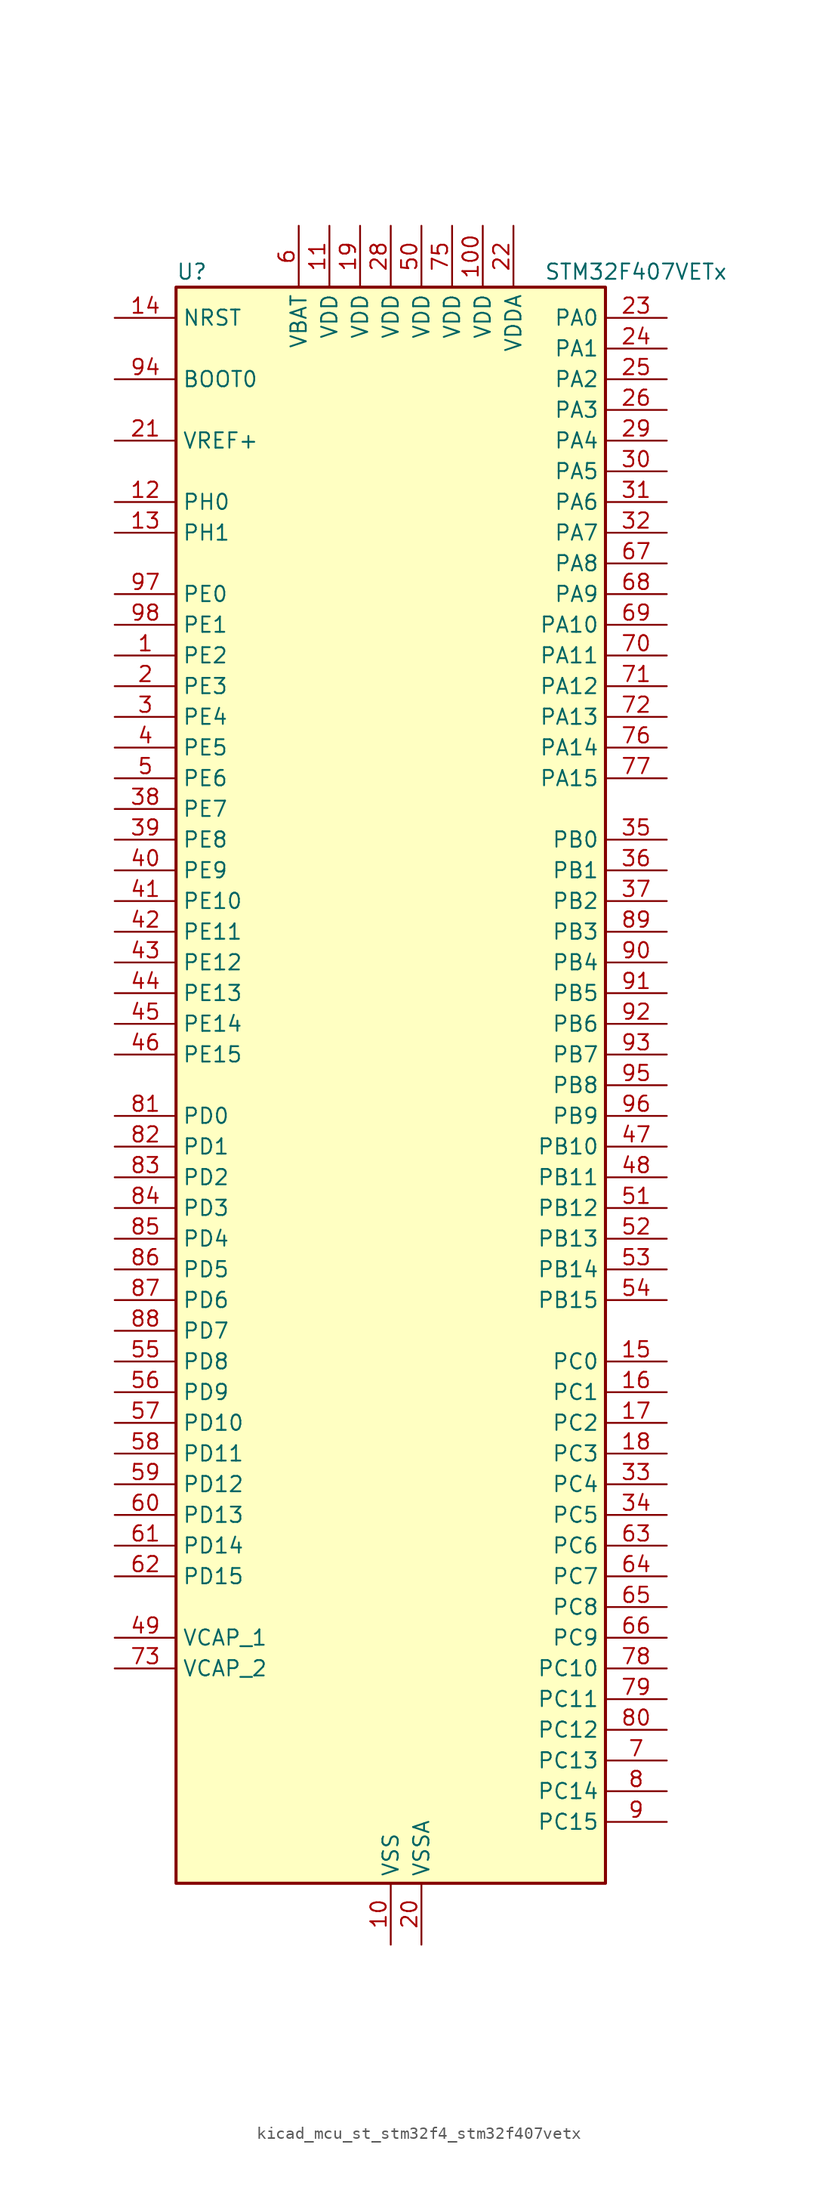
<source format=kicad_sym>
(kicad_symbol_lib
  (version 20220914)
  (generator kicad_symbol_editor)
  (symbol "kicad_mcu_st_stm32f4_stm32f407vetx"
    (property "Reference" "U"
      (at -17.78 67.31 0)
      (effects (font (size 1.27 1.27)) (justify left)))
    (property "Value" "STM32F407VETx"
      (at 12.7 67.31 0)
      (effects (font (size 1.27 1.27)) (justify left)))
    (property "ki_locked" ""
      (at 0 0 0)
      (effects (font (size 1.27 1.27))))
    (symbol "kicad_mcu_st_stm32f4_stm32f407vetx_0_1"
      (rectangle (start -17.78 -66.04) (end 17.78 66.04) (stroke (width 0.254) (type default)) (fill (type background))))
    (symbol "kicad_mcu_st_stm32f4_stm32f407vetx_1_1"
      (pin bidirectional line (at -22.86 35.56 0) (length 5.08) (name "PE2" (effects (font (size 1.27 1.27)))) (number "1" (effects (font (size 1.27 1.27)))) (alternate "ETH_TXD3" bidirectional line) (alternate "FSMC_A23" bidirectional line) (alternate "SYS_TRACECLK" bidirectional line))
      (pin power_in line (at 0 -71.12 90) (length 5.08) (name "VSS" (effects (font (size 1.27 1.27)))) (number "10" (effects (font (size 1.27 1.27)))))
      (pin power_in line (at 7.62 71.12 270) (length 5.08) (name "VDD" (effects (font (size 1.27 1.27)))) (number "100" (effects (font (size 1.27 1.27)))))
      (pin power_in line (at -5.08 71.12 270) (length 5.08) (name "VDD" (effects (font (size 1.27 1.27)))) (number "11" (effects (font (size 1.27 1.27)))))
      (pin bidirectional line (at -22.86 48.26 0) (length 5.08) (name "PH0" (effects (font (size 1.27 1.27)))) (number "12" (effects (font (size 1.27 1.27)))) (alternate "RCC_OSC_IN" bidirectional line))
      (pin bidirectional line (at -22.86 45.72 0) (length 5.08) (name "PH1" (effects (font (size 1.27 1.27)))) (number "13" (effects (font (size 1.27 1.27)))) (alternate "RCC_OSC_OUT" bidirectional line))
      (pin input line (at -22.86 63.5 0) (length 5.08) (name "NRST" (effects (font (size 1.27 1.27)))) (number "14" (effects (font (size 1.27 1.27)))))
      (pin bidirectional line (at 22.86 -22.86 180) (length 5.08) (name "PC0" (effects (font (size 1.27 1.27)))) (number "15" (effects (font (size 1.27 1.27)))) (alternate "ADC1_IN10" bidirectional line) (alternate "ADC2_IN10" bidirectional line) (alternate "ADC3_IN10" bidirectional line) (alternate "USB_OTG_HS_ULPI_STP" bidirectional line))
      (pin bidirectional line (at 22.86 -25.4 180) (length 5.08) (name "PC1" (effects (font (size 1.27 1.27)))) (number "16" (effects (font (size 1.27 1.27)))) (alternate "ADC1_IN11" bidirectional line) (alternate "ADC2_IN11" bidirectional line) (alternate "ADC3_IN11" bidirectional line) (alternate "ETH_MDC" bidirectional line))
      (pin bidirectional line (at 22.86 -27.94 180) (length 5.08) (name "PC2" (effects (font (size 1.27 1.27)))) (number "17" (effects (font (size 1.27 1.27)))) (alternate "ADC1_IN12" bidirectional line) (alternate "ADC2_IN12" bidirectional line) (alternate "ADC3_IN12" bidirectional line) (alternate "ETH_TXD2" bidirectional line) (alternate "I2S2_ext_SD" bidirectional line) (alternate "SPI2_MISO" bidirectional line) (alternate "USB_OTG_HS_ULPI_DIR" bidirectional line))
      (pin bidirectional line (at 22.86 -30.48 180) (length 5.08) (name "PC3" (effects (font (size 1.27 1.27)))) (number "18" (effects (font (size 1.27 1.27)))) (alternate "ADC1_IN13" bidirectional line) (alternate "ADC2_IN13" bidirectional line) (alternate "ADC3_IN13" bidirectional line) (alternate "ETH_TX_CLK" bidirectional line) (alternate "I2S2_SD" bidirectional line) (alternate "SPI2_MOSI" bidirectional line) (alternate "USB_OTG_HS_ULPI_NXT" bidirectional line))
      (pin power_in line (at -2.54 71.12 270) (length 5.08) (name "VDD" (effects (font (size 1.27 1.27)))) (number "19" (effects (font (size 1.27 1.27)))))
      (pin bidirectional line (at -22.86 33.02 0) (length 5.08) (name "PE3" (effects (font (size 1.27 1.27)))) (number "2" (effects (font (size 1.27 1.27)))) (alternate "FSMC_A19" bidirectional line) (alternate "SYS_TRACED0" bidirectional line))
      (pin power_in line (at 2.54 -71.12 90) (length 5.08) (name "VSSA" (effects (font (size 1.27 1.27)))) (number "20" (effects (font (size 1.27 1.27)))))
      (pin input line (at -22.86 53.34 0) (length 5.08) (name "VREF+" (effects (font (size 1.27 1.27)))) (number "21" (effects (font (size 1.27 1.27)))))
      (pin power_in line (at 10.16 71.12 270) (length 5.08) (name "VDDA" (effects (font (size 1.27 1.27)))) (number "22" (effects (font (size 1.27 1.27)))))
      (pin bidirectional line (at 22.86 63.5 180) (length 5.08) (name "PA0" (effects (font (size 1.27 1.27)))) (number "23" (effects (font (size 1.27 1.27)))) (alternate "ADC1_IN0" bidirectional line) (alternate "ADC2_IN0" bidirectional line) (alternate "ADC3_IN0" bidirectional line) (alternate "ETH_CRS" bidirectional line) (alternate "SYS_WKUP" bidirectional line) (alternate "TIM2_CH1" bidirectional line) (alternate "TIM2_ETR" bidirectional line) (alternate "TIM5_CH1" bidirectional line) (alternate "TIM8_ETR" bidirectional line) (alternate "UART4_TX" bidirectional line) (alternate "USART2_CTS" bidirectional line))
      (pin bidirectional line (at 22.86 60.96 180) (length 5.08) (name "PA1" (effects (font (size 1.27 1.27)))) (number "24" (effects (font (size 1.27 1.27)))) (alternate "ADC1_IN1" bidirectional line) (alternate "ADC2_IN1" bidirectional line) (alternate "ADC3_IN1" bidirectional line) (alternate "ETH_REF_CLK" bidirectional line) (alternate "ETH_RX_CLK" bidirectional line) (alternate "TIM2_CH2" bidirectional line) (alternate "TIM5_CH2" bidirectional line) (alternate "UART4_RX" bidirectional line) (alternate "USART2_RTS" bidirectional line))
      (pin bidirectional line (at 22.86 58.42 180) (length 5.08) (name "PA2" (effects (font (size 1.27 1.27)))) (number "25" (effects (font (size 1.27 1.27)))) (alternate "ADC1_IN2" bidirectional line) (alternate "ADC2_IN2" bidirectional line) (alternate "ADC3_IN2" bidirectional line) (alternate "ETH_MDIO" bidirectional line) (alternate "TIM2_CH3" bidirectional line) (alternate "TIM5_CH3" bidirectional line) (alternate "TIM9_CH1" bidirectional line) (alternate "USART2_TX" bidirectional line))
      (pin bidirectional line (at 22.86 55.88 180) (length 5.08) (name "PA3" (effects (font (size 1.27 1.27)))) (number "26" (effects (font (size 1.27 1.27)))) (alternate "ADC1_IN3" bidirectional line) (alternate "ADC2_IN3" bidirectional line) (alternate "ADC3_IN3" bidirectional line) (alternate "ETH_COL" bidirectional line) (alternate "TIM2_CH4" bidirectional line) (alternate "TIM5_CH4" bidirectional line) (alternate "TIM9_CH2" bidirectional line) (alternate "USART2_RX" bidirectional line) (alternate "USB_OTG_HS_ULPI_D0" bidirectional line))
      (pin passive line (at 0 -71.12 90) (length 5.08) hide (name "VSS" (effects (font (size 1.27 1.27)))) (number "27" (effects (font (size 1.27 1.27)))))
      (pin power_in line (at 0 71.12 270) (length 5.08) (name "VDD" (effects (font (size 1.27 1.27)))) (number "28" (effects (font (size 1.27 1.27)))))
      (pin bidirectional line (at 22.86 53.34 180) (length 5.08) (name "PA4" (effects (font (size 1.27 1.27)))) (number "29" (effects (font (size 1.27 1.27)))) (alternate "ADC1_IN4" bidirectional line) (alternate "ADC2_IN4" bidirectional line) (alternate "DAC_OUT1" bidirectional line) (alternate "DCMI_HSYNC" bidirectional line) (alternate "I2S3_WS" bidirectional line) (alternate "SPI1_NSS" bidirectional line) (alternate "SPI3_NSS" bidirectional line) (alternate "USART2_CK" bidirectional line) (alternate "USB_OTG_HS_SOF" bidirectional line))
      (pin bidirectional line (at -22.86 30.48 0) (length 5.08) (name "PE4" (effects (font (size 1.27 1.27)))) (number "3" (effects (font (size 1.27 1.27)))) (alternate "DCMI_D4" bidirectional line) (alternate "FSMC_A20" bidirectional line) (alternate "SYS_TRACED1" bidirectional line))
      (pin bidirectional line (at 22.86 50.8 180) (length 5.08) (name "PA5" (effects (font (size 1.27 1.27)))) (number "30" (effects (font (size 1.27 1.27)))) (alternate "ADC1_IN5" bidirectional line) (alternate "ADC2_IN5" bidirectional line) (alternate "DAC_OUT2" bidirectional line) (alternate "SPI1_SCK" bidirectional line) (alternate "TIM2_CH1" bidirectional line) (alternate "TIM2_ETR" bidirectional line) (alternate "TIM8_CH1N" bidirectional line) (alternate "USB_OTG_HS_ULPI_CK" bidirectional line))
      (pin bidirectional line (at 22.86 48.26 180) (length 5.08) (name "PA6" (effects (font (size 1.27 1.27)))) (number "31" (effects (font (size 1.27 1.27)))) (alternate "ADC1_IN6" bidirectional line) (alternate "ADC2_IN6" bidirectional line) (alternate "DCMI_PIXCLK" bidirectional line) (alternate "SPI1_MISO" bidirectional line) (alternate "TIM13_CH1" bidirectional line) (alternate "TIM1_BKIN" bidirectional line) (alternate "TIM3_CH1" bidirectional line) (alternate "TIM8_BKIN" bidirectional line))
      (pin bidirectional line (at 22.86 45.72 180) (length 5.08) (name "PA7" (effects (font (size 1.27 1.27)))) (number "32" (effects (font (size 1.27 1.27)))) (alternate "ADC1_IN7" bidirectional line) (alternate "ADC2_IN7" bidirectional line) (alternate "ETH_CRS_DV" bidirectional line) (alternate "ETH_RX_DV" bidirectional line) (alternate "SPI1_MOSI" bidirectional line) (alternate "TIM14_CH1" bidirectional line) (alternate "TIM1_CH1N" bidirectional line) (alternate "TIM3_CH2" bidirectional line) (alternate "TIM8_CH1N" bidirectional line))
      (pin bidirectional line (at 22.86 -33.02 180) (length 5.08) (name "PC4" (effects (font (size 1.27 1.27)))) (number "33" (effects (font (size 1.27 1.27)))) (alternate "ADC1_IN14" bidirectional line) (alternate "ADC2_IN14" bidirectional line) (alternate "ETH_RXD0" bidirectional line))
      (pin bidirectional line (at 22.86 -35.56 180) (length 5.08) (name "PC5" (effects (font (size 1.27 1.27)))) (number "34" (effects (font (size 1.27 1.27)))) (alternate "ADC1_IN15" bidirectional line) (alternate "ADC2_IN15" bidirectional line) (alternate "ETH_RXD1" bidirectional line))
      (pin bidirectional line (at 22.86 20.32 180) (length 5.08) (name "PB0" (effects (font (size 1.27 1.27)))) (number "35" (effects (font (size 1.27 1.27)))) (alternate "ADC1_IN8" bidirectional line) (alternate "ADC2_IN8" bidirectional line) (alternate "ETH_RXD2" bidirectional line) (alternate "TIM1_CH2N" bidirectional line) (alternate "TIM3_CH3" bidirectional line) (alternate "TIM8_CH2N" bidirectional line) (alternate "USB_OTG_HS_ULPI_D1" bidirectional line))
      (pin bidirectional line (at 22.86 17.78 180) (length 5.08) (name "PB1" (effects (font (size 1.27 1.27)))) (number "36" (effects (font (size 1.27 1.27)))) (alternate "ADC1_IN9" bidirectional line) (alternate "ADC2_IN9" bidirectional line) (alternate "ETH_RXD3" bidirectional line) (alternate "TIM1_CH3N" bidirectional line) (alternate "TIM3_CH4" bidirectional line) (alternate "TIM8_CH3N" bidirectional line) (alternate "USB_OTG_HS_ULPI_D2" bidirectional line))
      (pin bidirectional line (at 22.86 15.24 180) (length 5.08) (name "PB2" (effects (font (size 1.27 1.27)))) (number "37" (effects (font (size 1.27 1.27)))))
      (pin bidirectional line (at -22.86 22.86 0) (length 5.08) (name "PE7" (effects (font (size 1.27 1.27)))) (number "38" (effects (font (size 1.27 1.27)))) (alternate "FSMC_D4" bidirectional line) (alternate "FSMC_DA4" bidirectional line) (alternate "TIM1_ETR" bidirectional line))
      (pin bidirectional line (at -22.86 20.32 0) (length 5.08) (name "PE8" (effects (font (size 1.27 1.27)))) (number "39" (effects (font (size 1.27 1.27)))) (alternate "FSMC_D5" bidirectional line) (alternate "FSMC_DA5" bidirectional line) (alternate "TIM1_CH1N" bidirectional line))
      (pin bidirectional line (at -22.86 27.94 0) (length 5.08) (name "PE5" (effects (font (size 1.27 1.27)))) (number "4" (effects (font (size 1.27 1.27)))) (alternate "DCMI_D6" bidirectional line) (alternate "FSMC_A21" bidirectional line) (alternate "SYS_TRACED2" bidirectional line) (alternate "TIM9_CH1" bidirectional line))
      (pin bidirectional line (at -22.86 17.78 0) (length 5.08) (name "PE9" (effects (font (size 1.27 1.27)))) (number "40" (effects (font (size 1.27 1.27)))) (alternate "DAC_EXTI9" bidirectional line) (alternate "FSMC_D6" bidirectional line) (alternate "FSMC_DA6" bidirectional line) (alternate "TIM1_CH1" bidirectional line))
      (pin bidirectional line (at -22.86 15.24 0) (length 5.08) (name "PE10" (effects (font (size 1.27 1.27)))) (number "41" (effects (font (size 1.27 1.27)))) (alternate "FSMC_D7" bidirectional line) (alternate "FSMC_DA7" bidirectional line) (alternate "TIM1_CH2N" bidirectional line))
      (pin bidirectional line (at -22.86 12.7 0) (length 5.08) (name "PE11" (effects (font (size 1.27 1.27)))) (number "42" (effects (font (size 1.27 1.27)))) (alternate "ADC1_EXTI11" bidirectional line) (alternate "ADC2_EXTI11" bidirectional line) (alternate "ADC3_EXTI11" bidirectional line) (alternate "FSMC_D8" bidirectional line) (alternate "FSMC_DA8" bidirectional line) (alternate "TIM1_CH2" bidirectional line))
      (pin bidirectional line (at -22.86 10.16 0) (length 5.08) (name "PE12" (effects (font (size 1.27 1.27)))) (number "43" (effects (font (size 1.27 1.27)))) (alternate "FSMC_D9" bidirectional line) (alternate "FSMC_DA9" bidirectional line) (alternate "TIM1_CH3N" bidirectional line))
      (pin bidirectional line (at -22.86 7.62 0) (length 5.08) (name "PE13" (effects (font (size 1.27 1.27)))) (number "44" (effects (font (size 1.27 1.27)))) (alternate "FSMC_D10" bidirectional line) (alternate "FSMC_DA10" bidirectional line) (alternate "TIM1_CH3" bidirectional line))
      (pin bidirectional line (at -22.86 5.08 0) (length 5.08) (name "PE14" (effects (font (size 1.27 1.27)))) (number "45" (effects (font (size 1.27 1.27)))) (alternate "FSMC_D11" bidirectional line) (alternate "FSMC_DA11" bidirectional line) (alternate "TIM1_CH4" bidirectional line))
      (pin bidirectional line (at -22.86 2.54 0) (length 5.08) (name "PE15" (effects (font (size 1.27 1.27)))) (number "46" (effects (font (size 1.27 1.27)))) (alternate "ADC1_EXTI15" bidirectional line) (alternate "ADC2_EXTI15" bidirectional line) (alternate "ADC3_EXTI15" bidirectional line) (alternate "FSMC_D12" bidirectional line) (alternate "FSMC_DA12" bidirectional line) (alternate "TIM1_BKIN" bidirectional line))
      (pin bidirectional line (at 22.86 -5.08 180) (length 5.08) (name "PB10" (effects (font (size 1.27 1.27)))) (number "47" (effects (font (size 1.27 1.27)))) (alternate "ETH_RX_ER" bidirectional line) (alternate "I2C2_SCL" bidirectional line) (alternate "I2S2_CK" bidirectional line) (alternate "SPI2_SCK" bidirectional line) (alternate "TIM2_CH3" bidirectional line) (alternate "USART3_TX" bidirectional line) (alternate "USB_OTG_HS_ULPI_D3" bidirectional line))
      (pin bidirectional line (at 22.86 -7.62 180) (length 5.08) (name "PB11" (effects (font (size 1.27 1.27)))) (number "48" (effects (font (size 1.27 1.27)))) (alternate "ADC1_EXTI11" bidirectional line) (alternate "ADC2_EXTI11" bidirectional line) (alternate "ADC3_EXTI11" bidirectional line) (alternate "ETH_TX_EN" bidirectional line) (alternate "I2C2_SDA" bidirectional line) (alternate "TIM2_CH4" bidirectional line) (alternate "USART3_RX" bidirectional line) (alternate "USB_OTG_HS_ULPI_D4" bidirectional line))
      (pin power_out line (at -22.86 -45.72 0) (length 5.08) (name "VCAP_1" (effects (font (size 1.27 1.27)))) (number "49" (effects (font (size 1.27 1.27)))))
      (pin bidirectional line (at -22.86 25.4 0) (length 5.08) (name "PE6" (effects (font (size 1.27 1.27)))) (number "5" (effects (font (size 1.27 1.27)))) (alternate "DCMI_D7" bidirectional line) (alternate "FSMC_A22" bidirectional line) (alternate "SYS_TRACED3" bidirectional line) (alternate "TIM9_CH2" bidirectional line))
      (pin power_in line (at 2.54 71.12 270) (length 5.08) (name "VDD" (effects (font (size 1.27 1.27)))) (number "50" (effects (font (size 1.27 1.27)))))
      (pin bidirectional line (at 22.86 -10.16 180) (length 5.08) (name "PB12" (effects (font (size 1.27 1.27)))) (number "51" (effects (font (size 1.27 1.27)))) (alternate "CAN2_RX" bidirectional line) (alternate "ETH_TXD0" bidirectional line) (alternate "I2C2_SMBA" bidirectional line) (alternate "I2S2_WS" bidirectional line) (alternate "SPI2_NSS" bidirectional line) (alternate "TIM1_BKIN" bidirectional line) (alternate "USART3_CK" bidirectional line) (alternate "USB_OTG_HS_ID" bidirectional line) (alternate "USB_OTG_HS_ULPI_D5" bidirectional line))
      (pin bidirectional line (at 22.86 -12.7 180) (length 5.08) (name "PB13" (effects (font (size 1.27 1.27)))) (number "52" (effects (font (size 1.27 1.27)))) (alternate "CAN2_TX" bidirectional line) (alternate "ETH_TXD1" bidirectional line) (alternate "I2S2_CK" bidirectional line) (alternate "SPI2_SCK" bidirectional line) (alternate "TIM1_CH1N" bidirectional line) (alternate "USART3_CTS" bidirectional line) (alternate "USB_OTG_HS_ULPI_D6" bidirectional line) (alternate "USB_OTG_HS_VBUS" bidirectional line))
      (pin bidirectional line (at 22.86 -15.24 180) (length 5.08) (name "PB14" (effects (font (size 1.27 1.27)))) (number "53" (effects (font (size 1.27 1.27)))) (alternate "I2S2_ext_SD" bidirectional line) (alternate "SPI2_MISO" bidirectional line) (alternate "TIM12_CH1" bidirectional line) (alternate "TIM1_CH2N" bidirectional line) (alternate "TIM8_CH2N" bidirectional line) (alternate "USART3_RTS" bidirectional line) (alternate "USB_OTG_HS_DM" bidirectional line))
      (pin bidirectional line (at 22.86 -17.78 180) (length 5.08) (name "PB15" (effects (font (size 1.27 1.27)))) (number "54" (effects (font (size 1.27 1.27)))) (alternate "ADC1_EXTI15" bidirectional line) (alternate "ADC2_EXTI15" bidirectional line) (alternate "ADC3_EXTI15" bidirectional line) (alternate "I2S2_SD" bidirectional line) (alternate "RTC_REFIN" bidirectional line) (alternate "SPI2_MOSI" bidirectional line) (alternate "TIM12_CH2" bidirectional line) (alternate "TIM1_CH3N" bidirectional line) (alternate "TIM8_CH3N" bidirectional line) (alternate "USB_OTG_HS_DP" bidirectional line))
      (pin bidirectional line (at -22.86 -22.86 0) (length 5.08) (name "PD8" (effects (font (size 1.27 1.27)))) (number "55" (effects (font (size 1.27 1.27)))) (alternate "FSMC_D13" bidirectional line) (alternate "FSMC_DA13" bidirectional line) (alternate "USART3_TX" bidirectional line))
      (pin bidirectional line (at -22.86 -25.4 0) (length 5.08) (name "PD9" (effects (font (size 1.27 1.27)))) (number "56" (effects (font (size 1.27 1.27)))) (alternate "DAC_EXTI9" bidirectional line) (alternate "FSMC_D14" bidirectional line) (alternate "FSMC_DA14" bidirectional line) (alternate "USART3_RX" bidirectional line))
      (pin bidirectional line (at -22.86 -27.94 0) (length 5.08) (name "PD10" (effects (font (size 1.27 1.27)))) (number "57" (effects (font (size 1.27 1.27)))) (alternate "FSMC_D15" bidirectional line) (alternate "FSMC_DA15" bidirectional line) (alternate "USART3_CK" bidirectional line))
      (pin bidirectional line (at -22.86 -30.48 0) (length 5.08) (name "PD11" (effects (font (size 1.27 1.27)))) (number "58" (effects (font (size 1.27 1.27)))) (alternate "ADC1_EXTI11" bidirectional line) (alternate "ADC2_EXTI11" bidirectional line) (alternate "ADC3_EXTI11" bidirectional line) (alternate "FSMC_A16" bidirectional line) (alternate "FSMC_CLE" bidirectional line) (alternate "USART3_CTS" bidirectional line))
      (pin bidirectional line (at -22.86 -33.02 0) (length 5.08) (name "PD12" (effects (font (size 1.27 1.27)))) (number "59" (effects (font (size 1.27 1.27)))) (alternate "FSMC_A17" bidirectional line) (alternate "FSMC_ALE" bidirectional line) (alternate "TIM4_CH1" bidirectional line) (alternate "USART3_RTS" bidirectional line))
      (pin power_in line (at -7.62 71.12 270) (length 5.08) (name "VBAT" (effects (font (size 1.27 1.27)))) (number "6" (effects (font (size 1.27 1.27)))))
      (pin bidirectional line (at -22.86 -35.56 0) (length 5.08) (name "PD13" (effects (font (size 1.27 1.27)))) (number "60" (effects (font (size 1.27 1.27)))) (alternate "FSMC_A18" bidirectional line) (alternate "TIM4_CH2" bidirectional line))
      (pin bidirectional line (at -22.86 -38.1 0) (length 5.08) (name "PD14" (effects (font (size 1.27 1.27)))) (number "61" (effects (font (size 1.27 1.27)))) (alternate "FSMC_D0" bidirectional line) (alternate "FSMC_DA0" bidirectional line) (alternate "TIM4_CH3" bidirectional line))
      (pin bidirectional line (at -22.86 -40.64 0) (length 5.08) (name "PD15" (effects (font (size 1.27 1.27)))) (number "62" (effects (font (size 1.27 1.27)))) (alternate "ADC1_EXTI15" bidirectional line) (alternate "ADC2_EXTI15" bidirectional line) (alternate "ADC3_EXTI15" bidirectional line) (alternate "FSMC_D1" bidirectional line) (alternate "FSMC_DA1" bidirectional line) (alternate "TIM4_CH4" bidirectional line))
      (pin bidirectional line (at 22.86 -38.1 180) (length 5.08) (name "PC6" (effects (font (size 1.27 1.27)))) (number "63" (effects (font (size 1.27 1.27)))) (alternate "DCMI_D0" bidirectional line) (alternate "I2S2_MCK" bidirectional line) (alternate "SDIO_D6" bidirectional line) (alternate "TIM3_CH1" bidirectional line) (alternate "TIM8_CH1" bidirectional line) (alternate "USART6_TX" bidirectional line))
      (pin bidirectional line (at 22.86 -40.64 180) (length 5.08) (name "PC7" (effects (font (size 1.27 1.27)))) (number "64" (effects (font (size 1.27 1.27)))) (alternate "DCMI_D1" bidirectional line) (alternate "I2S3_MCK" bidirectional line) (alternate "SDIO_D7" bidirectional line) (alternate "TIM3_CH2" bidirectional line) (alternate "TIM8_CH2" bidirectional line) (alternate "USART6_RX" bidirectional line))
      (pin bidirectional line (at 22.86 -43.18 180) (length 5.08) (name "PC8" (effects (font (size 1.27 1.27)))) (number "65" (effects (font (size 1.27 1.27)))) (alternate "DCMI_D2" bidirectional line) (alternate "SDIO_D0" bidirectional line) (alternate "TIM3_CH3" bidirectional line) (alternate "TIM8_CH3" bidirectional line) (alternate "USART6_CK" bidirectional line))
      (pin bidirectional line (at 22.86 -45.72 180) (length 5.08) (name "PC9" (effects (font (size 1.27 1.27)))) (number "66" (effects (font (size 1.27 1.27)))) (alternate "DAC_EXTI9" bidirectional line) (alternate "DCMI_D3" bidirectional line) (alternate "I2C3_SDA" bidirectional line) (alternate "I2S_CKIN" bidirectional line) (alternate "RCC_MCO_2" bidirectional line) (alternate "SDIO_D1" bidirectional line) (alternate "TIM3_CH4" bidirectional line) (alternate "TIM8_CH4" bidirectional line))
      (pin bidirectional line (at 22.86 43.18 180) (length 5.08) (name "PA8" (effects (font (size 1.27 1.27)))) (number "67" (effects (font (size 1.27 1.27)))) (alternate "I2C3_SCL" bidirectional line) (alternate "RCC_MCO_1" bidirectional line) (alternate "TIM1_CH1" bidirectional line) (alternate "USART1_CK" bidirectional line) (alternate "USB_OTG_FS_SOF" bidirectional line))
      (pin bidirectional line (at 22.86 40.64 180) (length 5.08) (name "PA9" (effects (font (size 1.27 1.27)))) (number "68" (effects (font (size 1.27 1.27)))) (alternate "DAC_EXTI9" bidirectional line) (alternate "DCMI_D0" bidirectional line) (alternate "I2C3_SMBA" bidirectional line) (alternate "TIM1_CH2" bidirectional line) (alternate "USART1_TX" bidirectional line) (alternate "USB_OTG_FS_VBUS" bidirectional line))
      (pin bidirectional line (at 22.86 38.1 180) (length 5.08) (name "PA10" (effects (font (size 1.27 1.27)))) (number "69" (effects (font (size 1.27 1.27)))) (alternate "DCMI_D1" bidirectional line) (alternate "TIM1_CH3" bidirectional line) (alternate "USART1_RX" bidirectional line) (alternate "USB_OTG_FS_ID" bidirectional line))
      (pin bidirectional line (at 22.86 -55.88 180) (length 5.08) (name "PC13" (effects (font (size 1.27 1.27)))) (number "7" (effects (font (size 1.27 1.27)))) (alternate "RTC_AF1" bidirectional line))
      (pin bidirectional line (at 22.86 35.56 180) (length 5.08) (name "PA11" (effects (font (size 1.27 1.27)))) (number "70" (effects (font (size 1.27 1.27)))) (alternate "ADC1_EXTI11" bidirectional line) (alternate "ADC2_EXTI11" bidirectional line) (alternate "ADC3_EXTI11" bidirectional line) (alternate "CAN1_RX" bidirectional line) (alternate "TIM1_CH4" bidirectional line) (alternate "USART1_CTS" bidirectional line) (alternate "USB_OTG_FS_DM" bidirectional line))
      (pin bidirectional line (at 22.86 33.02 180) (length 5.08) (name "PA12" (effects (font (size 1.27 1.27)))) (number "71" (effects (font (size 1.27 1.27)))) (alternate "CAN1_TX" bidirectional line) (alternate "TIM1_ETR" bidirectional line) (alternate "USART1_RTS" bidirectional line) (alternate "USB_OTG_FS_DP" bidirectional line))
      (pin bidirectional line (at 22.86 30.48 180) (length 5.08) (name "PA13" (effects (font (size 1.27 1.27)))) (number "72" (effects (font (size 1.27 1.27)))) (alternate "SYS_JTMS-SWDIO" bidirectional line))
      (pin power_out line (at -22.86 -48.26 0) (length 5.08) (name "VCAP_2" (effects (font (size 1.27 1.27)))) (number "73" (effects (font (size 1.27 1.27)))))
      (pin passive line (at 0 -71.12 90) (length 5.08) hide (name "VSS" (effects (font (size 1.27 1.27)))) (number "74" (effects (font (size 1.27 1.27)))))
      (pin power_in line (at 5.08 71.12 270) (length 5.08) (name "VDD" (effects (font (size 1.27 1.27)))) (number "75" (effects (font (size 1.27 1.27)))))
      (pin bidirectional line (at 22.86 27.94 180) (length 5.08) (name "PA14" (effects (font (size 1.27 1.27)))) (number "76" (effects (font (size 1.27 1.27)))) (alternate "SYS_JTCK-SWCLK" bidirectional line))
      (pin bidirectional line (at 22.86 25.4 180) (length 5.08) (name "PA15" (effects (font (size 1.27 1.27)))) (number "77" (effects (font (size 1.27 1.27)))) (alternate "ADC1_EXTI15" bidirectional line) (alternate "ADC2_EXTI15" bidirectional line) (alternate "ADC3_EXTI15" bidirectional line) (alternate "I2S3_WS" bidirectional line) (alternate "SPI1_NSS" bidirectional line) (alternate "SPI3_NSS" bidirectional line) (alternate "SYS_JTDI" bidirectional line) (alternate "TIM2_CH1" bidirectional line) (alternate "TIM2_ETR" bidirectional line))
      (pin bidirectional line (at 22.86 -48.26 180) (length 5.08) (name "PC10" (effects (font (size 1.27 1.27)))) (number "78" (effects (font (size 1.27 1.27)))) (alternate "DCMI_D8" bidirectional line) (alternate "I2S3_CK" bidirectional line) (alternate "SDIO_D2" bidirectional line) (alternate "SPI3_SCK" bidirectional line) (alternate "UART4_TX" bidirectional line) (alternate "USART3_TX" bidirectional line))
      (pin bidirectional line (at 22.86 -50.8 180) (length 5.08) (name "PC11" (effects (font (size 1.27 1.27)))) (number "79" (effects (font (size 1.27 1.27)))) (alternate "ADC1_EXTI11" bidirectional line) (alternate "ADC2_EXTI11" bidirectional line) (alternate "ADC3_EXTI11" bidirectional line) (alternate "DCMI_D4" bidirectional line) (alternate "I2S3_ext_SD" bidirectional line) (alternate "SDIO_D3" bidirectional line) (alternate "SPI3_MISO" bidirectional line) (alternate "UART4_RX" bidirectional line) (alternate "USART3_RX" bidirectional line))
      (pin bidirectional line (at 22.86 -58.42 180) (length 5.08) (name "PC14" (effects (font (size 1.27 1.27)))) (number "8" (effects (font (size 1.27 1.27)))) (alternate "RCC_OSC32_IN" bidirectional line))
      (pin bidirectional line (at 22.86 -53.34 180) (length 5.08) (name "PC12" (effects (font (size 1.27 1.27)))) (number "80" (effects (font (size 1.27 1.27)))) (alternate "DCMI_D9" bidirectional line) (alternate "I2S3_SD" bidirectional line) (alternate "SDIO_CK" bidirectional line) (alternate "SPI3_MOSI" bidirectional line) (alternate "UART5_TX" bidirectional line) (alternate "USART3_CK" bidirectional line))
      (pin bidirectional line (at -22.86 -2.54 0) (length 5.08) (name "PD0" (effects (font (size 1.27 1.27)))) (number "81" (effects (font (size 1.27 1.27)))) (alternate "CAN1_RX" bidirectional line) (alternate "FSMC_D2" bidirectional line) (alternate "FSMC_DA2" bidirectional line))
      (pin bidirectional line (at -22.86 -5.08 0) (length 5.08) (name "PD1" (effects (font (size 1.27 1.27)))) (number "82" (effects (font (size 1.27 1.27)))) (alternate "CAN1_TX" bidirectional line) (alternate "FSMC_D3" bidirectional line) (alternate "FSMC_DA3" bidirectional line))
      (pin bidirectional line (at -22.86 -7.62 0) (length 5.08) (name "PD2" (effects (font (size 1.27 1.27)))) (number "83" (effects (font (size 1.27 1.27)))) (alternate "DCMI_D11" bidirectional line) (alternate "SDIO_CMD" bidirectional line) (alternate "TIM3_ETR" bidirectional line) (alternate "UART5_RX" bidirectional line))
      (pin bidirectional line (at -22.86 -10.16 0) (length 5.08) (name "PD3" (effects (font (size 1.27 1.27)))) (number "84" (effects (font (size 1.27 1.27)))) (alternate "FSMC_CLK" bidirectional line) (alternate "USART2_CTS" bidirectional line))
      (pin bidirectional line (at -22.86 -12.7 0) (length 5.08) (name "PD4" (effects (font (size 1.27 1.27)))) (number "85" (effects (font (size 1.27 1.27)))) (alternate "FSMC_NOE" bidirectional line) (alternate "USART2_RTS" bidirectional line))
      (pin bidirectional line (at -22.86 -15.24 0) (length 5.08) (name "PD5" (effects (font (size 1.27 1.27)))) (number "86" (effects (font (size 1.27 1.27)))) (alternate "FSMC_NWE" bidirectional line) (alternate "USART2_TX" bidirectional line))
      (pin bidirectional line (at -22.86 -17.78 0) (length 5.08) (name "PD6" (effects (font (size 1.27 1.27)))) (number "87" (effects (font (size 1.27 1.27)))) (alternate "FSMC_NWAIT" bidirectional line) (alternate "USART2_RX" bidirectional line))
      (pin bidirectional line (at -22.86 -20.32 0) (length 5.08) (name "PD7" (effects (font (size 1.27 1.27)))) (number "88" (effects (font (size 1.27 1.27)))) (alternate "FSMC_NCE2" bidirectional line) (alternate "FSMC_NE1" bidirectional line) (alternate "USART2_CK" bidirectional line))
      (pin bidirectional line (at 22.86 12.7 180) (length 5.08) (name "PB3" (effects (font (size 1.27 1.27)))) (number "89" (effects (font (size 1.27 1.27)))) (alternate "I2S3_CK" bidirectional line) (alternate "SPI1_SCK" bidirectional line) (alternate "SPI3_SCK" bidirectional line) (alternate "SYS_JTDO-SWO" bidirectional line) (alternate "TIM2_CH2" bidirectional line))
      (pin bidirectional line (at 22.86 -60.96 180) (length 5.08) (name "PC15" (effects (font (size 1.27 1.27)))) (number "9" (effects (font (size 1.27 1.27)))) (alternate "ADC1_EXTI15" bidirectional line) (alternate "ADC2_EXTI15" bidirectional line) (alternate "ADC3_EXTI15" bidirectional line) (alternate "RCC_OSC32_OUT" bidirectional line))
      (pin bidirectional line (at 22.86 10.16 180) (length 5.08) (name "PB4" (effects (font (size 1.27 1.27)))) (number "90" (effects (font (size 1.27 1.27)))) (alternate "I2S3_ext_SD" bidirectional line) (alternate "SPI1_MISO" bidirectional line) (alternate "SPI3_MISO" bidirectional line) (alternate "SYS_JTRST" bidirectional line) (alternate "TIM3_CH1" bidirectional line))
      (pin bidirectional line (at 22.86 7.62 180) (length 5.08) (name "PB5" (effects (font (size 1.27 1.27)))) (number "91" (effects (font (size 1.27 1.27)))) (alternate "CAN2_RX" bidirectional line) (alternate "DCMI_D10" bidirectional line) (alternate "ETH_PPS_OUT" bidirectional line) (alternate "I2C1_SMBA" bidirectional line) (alternate "I2S3_SD" bidirectional line) (alternate "SPI1_MOSI" bidirectional line) (alternate "SPI3_MOSI" bidirectional line) (alternate "TIM3_CH2" bidirectional line) (alternate "USB_OTG_HS_ULPI_D7" bidirectional line))
      (pin bidirectional line (at 22.86 5.08 180) (length 5.08) (name "PB6" (effects (font (size 1.27 1.27)))) (number "92" (effects (font (size 1.27 1.27)))) (alternate "CAN2_TX" bidirectional line) (alternate "DCMI_D5" bidirectional line) (alternate "I2C1_SCL" bidirectional line) (alternate "TIM4_CH1" bidirectional line) (alternate "USART1_TX" bidirectional line))
      (pin bidirectional line (at 22.86 2.54 180) (length 5.08) (name "PB7" (effects (font (size 1.27 1.27)))) (number "93" (effects (font (size 1.27 1.27)))) (alternate "DCMI_VSYNC" bidirectional line) (alternate "FSMC_NL" bidirectional line) (alternate "I2C1_SDA" bidirectional line) (alternate "TIM4_CH2" bidirectional line) (alternate "USART1_RX" bidirectional line))
      (pin input line (at -22.86 58.42 0) (length 5.08) (name "BOOT0" (effects (font (size 1.27 1.27)))) (number "94" (effects (font (size 1.27 1.27)))))
      (pin bidirectional line (at 22.86 0 180) (length 5.08) (name "PB8" (effects (font (size 1.27 1.27)))) (number "95" (effects (font (size 1.27 1.27)))) (alternate "CAN1_RX" bidirectional line) (alternate "DCMI_D6" bidirectional line) (alternate "ETH_TXD3" bidirectional line) (alternate "I2C1_SCL" bidirectional line) (alternate "SDIO_D4" bidirectional line) (alternate "TIM10_CH1" bidirectional line) (alternate "TIM4_CH3" bidirectional line))
      (pin bidirectional line (at 22.86 -2.54 180) (length 5.08) (name "PB9" (effects (font (size 1.27 1.27)))) (number "96" (effects (font (size 1.27 1.27)))) (alternate "CAN1_TX" bidirectional line) (alternate "DAC_EXTI9" bidirectional line) (alternate "DCMI_D7" bidirectional line) (alternate "I2C1_SDA" bidirectional line) (alternate "I2S2_WS" bidirectional line) (alternate "SDIO_D5" bidirectional line) (alternate "SPI2_NSS" bidirectional line) (alternate "TIM11_CH1" bidirectional line) (alternate "TIM4_CH4" bidirectional line))
      (pin bidirectional line (at -22.86 40.64 0) (length 5.08) (name "PE0" (effects (font (size 1.27 1.27)))) (number "97" (effects (font (size 1.27 1.27)))) (alternate "DCMI_D2" bidirectional line) (alternate "FSMC_NBL0" bidirectional line) (alternate "TIM4_ETR" bidirectional line))
      (pin bidirectional line (at -22.86 38.1 0) (length 5.08) (name "PE1" (effects (font (size 1.27 1.27)))) (number "98" (effects (font (size 1.27 1.27)))) (alternate "DCMI_D3" bidirectional line) (alternate "FSMC_NBL1" bidirectional line))
      (pin passive line (at 0 -71.12 90) (length 5.08) hide (name "VSS" (effects (font (size 1.27 1.27)))) (number "99" (effects (font (size 1.27 1.27))))))))
</source>
